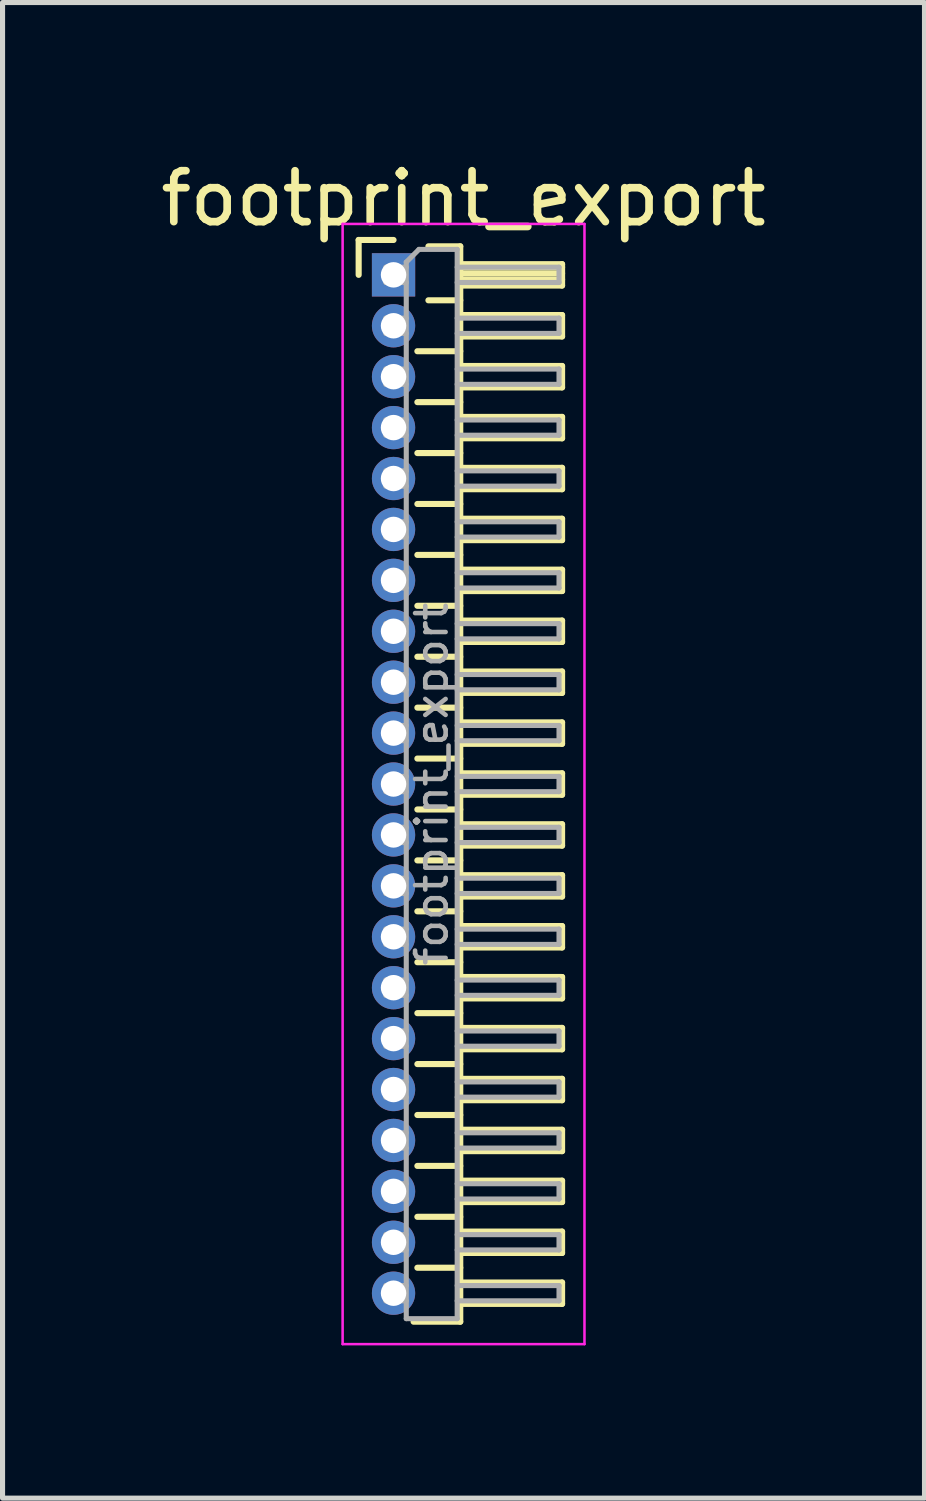
<source format=kicad_pcb>
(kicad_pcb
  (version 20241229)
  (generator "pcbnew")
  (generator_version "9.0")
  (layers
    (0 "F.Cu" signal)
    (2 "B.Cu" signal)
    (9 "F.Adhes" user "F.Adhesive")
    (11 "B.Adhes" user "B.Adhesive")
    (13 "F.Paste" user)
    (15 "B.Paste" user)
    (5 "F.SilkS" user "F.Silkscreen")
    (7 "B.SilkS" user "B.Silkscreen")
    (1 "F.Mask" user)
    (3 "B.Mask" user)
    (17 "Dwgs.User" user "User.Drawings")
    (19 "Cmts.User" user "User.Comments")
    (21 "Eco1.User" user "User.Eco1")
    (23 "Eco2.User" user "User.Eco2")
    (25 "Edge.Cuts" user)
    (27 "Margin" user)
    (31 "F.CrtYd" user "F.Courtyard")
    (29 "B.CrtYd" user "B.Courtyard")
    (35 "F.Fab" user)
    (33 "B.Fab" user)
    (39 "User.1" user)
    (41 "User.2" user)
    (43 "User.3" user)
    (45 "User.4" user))
  (footprint "footprint_export"
    (layer "F.Cu")
    (at 4.679 2.348)
    (property "Reference" "footprint_export" (at 1.375 -1.5 0) (layer "F.SilkS") (effects (font (size 1 1) (thickness 0.15))))
    (attr through_hole)
    (fp_line (start -0.685 -0.685) (end 0 -0.685) (stroke (width 0.12) (type solid)) (layer "F.SilkS"))
    (fp_line (start -0.685 0) (end -0.685 -0.685) (stroke (width 0.12) (type solid)) (layer "F.SilkS"))
    (fp_line (start 0.468 1.5) (end 1.31 1.5) (stroke (width 0.12) (type solid)) (layer "F.SilkS"))
    (fp_line (start 0.468 2.5) (end 1.31 2.5) (stroke (width 0.12) (type solid)) (layer "F.SilkS"))
    (fp_line (start 0.468 3.5) (end 1.31 3.5) (stroke (width 0.12) (type solid)) (layer "F.SilkS"))
    (fp_line (start 0.468 4.5) (end 1.31 4.5) (stroke (width 0.12) (type solid)) (layer "F.SilkS"))
    (fp_line (start 0.468 5.5) (end 1.31 5.5) (stroke (width 0.12) (type solid)) (layer "F.SilkS"))
    (fp_line (start 0.468 6.5) (end 1.31 6.5) (stroke (width 0.12) (type solid)) (layer "F.SilkS"))
    (fp_line (start 0.468 7.5) (end 1.31 7.5) (stroke (width 0.12) (type solid)) (layer "F.SilkS"))
    (fp_line (start 0.468 8.5) (end 1.31 8.5) (stroke (width 0.12) (type solid)) (layer "F.SilkS"))
    (fp_line (start 0.468 9.5) (end 1.31 9.5) (stroke (width 0.12) (type solid)) (layer "F.SilkS"))
    (fp_line (start 0.468 10.5) (end 1.31 10.5) (stroke (width 0.12) (type solid)) (layer "F.SilkS"))
    (fp_line (start 0.468 11.5) (end 1.31 11.5) (stroke (width 0.12) (type solid)) (layer "F.SilkS"))
    (fp_line (start 0.468 12.5) (end 1.31 12.5) (stroke (width 0.12) (type solid)) (layer "F.SilkS"))
    (fp_line (start 0.468 13.5) (end 1.31 13.5) (stroke (width 0.12) (type solid)) (layer "F.SilkS"))
    (fp_line (start 0.468 14.5) (end 1.31 14.5) (stroke (width 0.12) (type solid)) (layer "F.SilkS"))
    (fp_line (start 0.468 15.5) (end 1.31 15.5) (stroke (width 0.12) (type solid)) (layer "F.SilkS"))
    (fp_line (start 0.468 16.5) (end 1.31 16.5) (stroke (width 0.12) (type solid)) (layer "F.SilkS"))
    (fp_line (start 0.468 17.5) (end 1.31 17.5) (stroke (width 0.12) (type solid)) (layer "F.SilkS"))
    (fp_line (start 0.468 18.5) (end 1.31 18.5) (stroke (width 0.12) (type solid)) (layer "F.SilkS"))
    (fp_line (start 0.468 19.5) (end 1.31 19.5) (stroke (width 0.12) (type solid)) (layer "F.SilkS"))
    (fp_line (start 0.685 -0.56) (end 1.31 -0.56) (stroke (width 0.12) (type solid)) (layer "F.SilkS"))
    (fp_line (start 0.685 0.5) (end 1.31 0.5) (stroke (width 0.12) (type solid)) (layer "F.SilkS"))
    (fp_line (start 1.31 -0.56) (end 1.31 20.56) (stroke (width 0.12) (type solid)) (layer "F.SilkS"))
    (fp_line (start 1.31 -0.21) (end 3.31 -0.21) (stroke (width 0.12) (type solid)) (layer "F.SilkS"))
    (fp_line (start 1.31 -0.15) (end 3.31 -0.15) (stroke (width 0.12) (type solid)) (layer "F.SilkS"))
    (fp_line (start 1.31 -0.03) (end 3.31 -0.03) (stroke (width 0.12) (type solid)) (layer "F.SilkS"))
    (fp_line (start 1.31 0.09) (end 3.31 0.09) (stroke (width 0.12) (type solid)) (layer "F.SilkS"))
    (fp_line (start 1.31 0.79) (end 3.31 0.79) (stroke (width 0.12) (type solid)) (layer "F.SilkS"))
    (fp_line (start 1.31 1.79) (end 3.31 1.79) (stroke (width 0.12) (type solid)) (layer "F.SilkS"))
    (fp_line (start 1.31 2.79) (end 3.31 2.79) (stroke (width 0.12) (type solid)) (layer "F.SilkS"))
    (fp_line (start 1.31 3.79) (end 3.31 3.79) (stroke (width 0.12) (type solid)) (layer "F.SilkS"))
    (fp_line (start 1.31 4.79) (end 3.31 4.79) (stroke (width 0.12) (type solid)) (layer "F.SilkS"))
    (fp_line (start 1.31 5.79) (end 3.31 5.79) (stroke (width 0.12) (type solid)) (layer "F.SilkS"))
    (fp_line (start 1.31 6.79) (end 3.31 6.79) (stroke (width 0.12) (type solid)) (layer "F.SilkS"))
    (fp_line (start 1.31 7.79) (end 3.31 7.79) (stroke (width 0.12) (type solid)) (layer "F.SilkS"))
    (fp_line (start 1.31 8.79) (end 3.31 8.79) (stroke (width 0.12) (type solid)) (layer "F.SilkS"))
    (fp_line (start 1.31 9.79) (end 3.31 9.79) (stroke (width 0.12) (type solid)) (layer "F.SilkS"))
    (fp_line (start 1.31 10.79) (end 3.31 10.79) (stroke (width 0.12) (type solid)) (layer "F.SilkS"))
    (fp_line (start 1.31 11.79) (end 3.31 11.79) (stroke (width 0.12) (type solid)) (layer "F.SilkS"))
    (fp_line (start 1.31 12.79) (end 3.31 12.79) (stroke (width 0.12) (type solid)) (layer "F.SilkS"))
    (fp_line (start 1.31 13.79) (end 3.31 13.79) (stroke (width 0.12) (type solid)) (layer "F.SilkS"))
    (fp_line (start 1.31 14.79) (end 3.31 14.79) (stroke (width 0.12) (type solid)) (layer "F.SilkS"))
    (fp_line (start 1.31 15.79) (end 3.31 15.79) (stroke (width 0.12) (type solid)) (layer "F.SilkS"))
    (fp_line (start 1.31 16.79) (end 3.31 16.79) (stroke (width 0.12) (type solid)) (layer "F.SilkS"))
    (fp_line (start 1.31 17.79) (end 3.31 17.79) (stroke (width 0.12) (type solid)) (layer "F.SilkS"))
    (fp_line (start 1.31 18.79) (end 3.31 18.79) (stroke (width 0.12) (type solid)) (layer "F.SilkS"))
    (fp_line (start 1.31 19.79) (end 3.31 19.79) (stroke (width 0.12) (type solid)) (layer "F.SilkS"))
    (fp_line (start 1.31 20.56) (end 0.394 20.56) (stroke (width 0.12) (type solid)) (layer "F.SilkS"))
    (fp_line (start 3.31 -0.21) (end 3.31 0.21) (stroke (width 0.12) (type solid)) (layer "F.SilkS"))
    (fp_line (start 3.31 0.21) (end 1.31 0.21) (stroke (width 0.12) (type solid)) (layer "F.SilkS"))
    (fp_line (start 3.31 0.79) (end 3.31 1.21) (stroke (width 0.12) (type solid)) (layer "F.SilkS"))
    (fp_line (start 3.31 1.21) (end 1.31 1.21) (stroke (width 0.12) (type solid)) (layer "F.SilkS"))
    (fp_line (start 3.31 1.79) (end 3.31 2.21) (stroke (width 0.12) (type solid)) (layer "F.SilkS"))
    (fp_line (start 3.31 2.21) (end 1.31 2.21) (stroke (width 0.12) (type solid)) (layer "F.SilkS"))
    (fp_line (start 3.31 2.79) (end 3.31 3.21) (stroke (width 0.12) (type solid)) (layer "F.SilkS"))
    (fp_line (start 3.31 3.21) (end 1.31 3.21) (stroke (width 0.12) (type solid)) (layer "F.SilkS"))
    (fp_line (start 3.31 3.79) (end 3.31 4.21) (stroke (width 0.12) (type solid)) (layer "F.SilkS"))
    (fp_line (start 3.31 4.21) (end 1.31 4.21) (stroke (width 0.12) (type solid)) (layer "F.SilkS"))
    (fp_line (start 3.31 4.79) (end 3.31 5.21) (stroke (width 0.12) (type solid)) (layer "F.SilkS"))
    (fp_line (start 3.31 5.21) (end 1.31 5.21) (stroke (width 0.12) (type solid)) (layer "F.SilkS"))
    (fp_line (start 3.31 5.79) (end 3.31 6.21) (stroke (width 0.12) (type solid)) (layer "F.SilkS"))
    (fp_line (start 3.31 6.21) (end 1.31 6.21) (stroke (width 0.12) (type solid)) (layer "F.SilkS"))
    (fp_line (start 3.31 6.79) (end 3.31 7.21) (stroke (width 0.12) (type solid)) (layer "F.SilkS"))
    (fp_line (start 3.31 7.21) (end 1.31 7.21) (stroke (width 0.12) (type solid)) (layer "F.SilkS"))
    (fp_line (start 3.31 7.79) (end 3.31 8.21) (stroke (width 0.12) (type solid)) (layer "F.SilkS"))
    (fp_line (start 3.31 8.21) (end 1.31 8.21) (stroke (width 0.12) (type solid)) (layer "F.SilkS"))
    (fp_line (start 3.31 8.79) (end 3.31 9.21) (stroke (width 0.12) (type solid)) (layer "F.SilkS"))
    (fp_line (start 3.31 9.21) (end 1.31 9.21) (stroke (width 0.12) (type solid)) (layer "F.SilkS"))
    (fp_line (start 3.31 9.79) (end 3.31 10.21) (stroke (width 0.12) (type solid)) (layer "F.SilkS"))
    (fp_line (start 3.31 10.21) (end 1.31 10.21) (stroke (width 0.12) (type solid)) (layer "F.SilkS"))
    (fp_line (start 3.31 10.79) (end 3.31 11.21) (stroke (width 0.12) (type solid)) (layer "F.SilkS"))
    (fp_line (start 3.31 11.21) (end 1.31 11.21) (stroke (width 0.12) (type solid)) (layer "F.SilkS"))
    (fp_line (start 3.31 11.79) (end 3.31 12.21) (stroke (width 0.12) (type solid)) (layer "F.SilkS"))
    (fp_line (start 3.31 12.21) (end 1.31 12.21) (stroke (width 0.12) (type solid)) (layer "F.SilkS"))
    (fp_line (start 3.31 12.79) (end 3.31 13.21) (stroke (width 0.12) (type solid)) (layer "F.SilkS"))
    (fp_line (start 3.31 13.21) (end 1.31 13.21) (stroke (width 0.12) (type solid)) (layer "F.SilkS"))
    (fp_line (start 3.31 13.79) (end 3.31 14.21) (stroke (width 0.12) (type solid)) (layer "F.SilkS"))
    (fp_line (start 3.31 14.21) (end 1.31 14.21) (stroke (width 0.12) (type solid)) (layer "F.SilkS"))
    (fp_line (start 3.31 14.79) (end 3.31 15.21) (stroke (width 0.12) (type solid)) (layer "F.SilkS"))
    (fp_line (start 3.31 15.21) (end 1.31 15.21) (stroke (width 0.12) (type solid)) (layer "F.SilkS"))
    (fp_line (start 3.31 15.79) (end 3.31 16.21) (stroke (width 0.12) (type solid)) (layer "F.SilkS"))
    (fp_line (start 3.31 16.21) (end 1.31 16.21) (stroke (width 0.12) (type solid)) (layer "F.SilkS"))
    (fp_line (start 3.31 16.79) (end 3.31 17.21) (stroke (width 0.12) (type solid)) (layer "F.SilkS"))
    (fp_line (start 3.31 17.21) (end 1.31 17.21) (stroke (width 0.12) (type solid)) (layer "F.SilkS"))
    (fp_line (start 3.31 17.79) (end 3.31 18.21) (stroke (width 0.12) (type solid)) (layer "F.SilkS"))
    (fp_line (start 3.31 18.21) (end 1.31 18.21) (stroke (width 0.12) (type solid)) (layer "F.SilkS"))
    (fp_line (start 3.31 18.79) (end 3.31 19.21) (stroke (width 0.12) (type solid)) (layer "F.SilkS"))
    (fp_line (start 3.31 19.21) (end 1.31 19.21) (stroke (width 0.12) (type solid)) (layer "F.SilkS"))
    (fp_line (start 3.31 19.79) (end 3.31 20.21) (stroke (width 0.12) (type solid)) (layer "F.SilkS"))
    (fp_line (start 3.31 20.21) (end 1.31 20.21) (stroke (width 0.12) (type solid)) (layer "F.SilkS"))
    (fp_line (start -1 -1) (end -1 21) (stroke (width 0.05) (type solid)) (layer "F.CrtYd"))
    (fp_line (start -1 21) (end 3.75 21) (stroke (width 0.05) (type solid)) (layer "F.CrtYd"))
    (fp_line (start 3.75 -1) (end -1 -1) (stroke (width 0.05) (type solid)) (layer "F.CrtYd"))
    (fp_line (start 3.75 21) (end 3.75 -1) (stroke (width 0.05) (type solid)) (layer "F.CrtYd"))
    (fp_line (start -0.15 -0.15) (end -0.15 0.15) (stroke (width 0.1) (type solid)) (layer "F.Fab"))
    (fp_line (start -0.15 -0.15) (end 0.25 -0.15) (stroke (width 0.1) (type solid)) (layer "F.Fab"))
    (fp_line (start -0.15 0.15) (end 0.25 0.15) (stroke (width 0.1) (type solid)) (layer "F.Fab"))
    (fp_line (start -0.15 0.85) (end -0.15 1.15) (stroke (width 0.1) (type solid)) (layer "F.Fab"))
    (fp_line (start -0.15 0.85) (end 0.25 0.85) (stroke (width 0.1) (type solid)) (layer "F.Fab"))
    (fp_line (start -0.15 1.15) (end 0.25 1.15) (stroke (width 0.1) (type solid)) (layer "F.Fab"))
    (fp_line (start -0.15 1.85) (end -0.15 2.15) (stroke (width 0.1) (type solid)) (layer "F.Fab"))
    (fp_line (start -0.15 1.85) (end 0.25 1.85) (stroke (width 0.1) (type solid)) (layer "F.Fab"))
    (fp_line (start -0.15 2.15) (end 0.25 2.15) (stroke (width 0.1) (type solid)) (layer "F.Fab"))
    (fp_line (start -0.15 2.85) (end -0.15 3.15) (stroke (width 0.1) (type solid)) (layer "F.Fab"))
    (fp_line (start -0.15 2.85) (end 0.25 2.85) (stroke (width 0.1) (type solid)) (layer "F.Fab"))
    (fp_line (start -0.15 3.15) (end 0.25 3.15) (stroke (width 0.1) (type solid)) (layer "F.Fab"))
    (fp_line (start -0.15 3.85) (end -0.15 4.15) (stroke (width 0.1) (type solid)) (layer "F.Fab"))
    (fp_line (start -0.15 3.85) (end 0.25 3.85) (stroke (width 0.1) (type solid)) (layer "F.Fab"))
    (fp_line (start -0.15 4.15) (end 0.25 4.15) (stroke (width 0.1) (type solid)) (layer "F.Fab"))
    (fp_line (start -0.15 4.85) (end -0.15 5.15) (stroke (width 0.1) (type solid)) (layer "F.Fab"))
    (fp_line (start -0.15 4.85) (end 0.25 4.85) (stroke (width 0.1) (type solid)) (layer "F.Fab"))
    (fp_line (start -0.15 5.15) (end 0.25 5.15) (stroke (width 0.1) (type solid)) (layer "F.Fab"))
    (fp_line (start -0.15 5.85) (end -0.15 6.15) (stroke (width 0.1) (type solid)) (layer "F.Fab"))
    (fp_line (start -0.15 5.85) (end 0.25 5.85) (stroke (width 0.1) (type solid)) (layer "F.Fab"))
    (fp_line (start -0.15 6.15) (end 0.25 6.15) (stroke (width 0.1) (type solid)) (layer "F.Fab"))
    (fp_line (start -0.15 6.85) (end -0.15 7.15) (stroke (width 0.1) (type solid)) (layer "F.Fab"))
    (fp_line (start -0.15 6.85) (end 0.25 6.85) (stroke (width 0.1) (type solid)) (layer "F.Fab"))
    (fp_line (start -0.15 7.15) (end 0.25 7.15) (stroke (width 0.1) (type solid)) (layer "F.Fab"))
    (fp_line (start -0.15 7.85) (end -0.15 8.15) (stroke (width 0.1) (type solid)) (layer "F.Fab"))
    (fp_line (start -0.15 7.85) (end 0.25 7.85) (stroke (width 0.1) (type solid)) (layer "F.Fab"))
    (fp_line (start -0.15 8.15) (end 0.25 8.15) (stroke (width 0.1) (type solid)) (layer "F.Fab"))
    (fp_line (start -0.15 8.85) (end -0.15 9.15) (stroke (width 0.1) (type solid)) (layer "F.Fab"))
    (fp_line (start -0.15 8.85) (end 0.25 8.85) (stroke (width 0.1) (type solid)) (layer "F.Fab"))
    (fp_line (start -0.15 9.15) (end 0.25 9.15) (stroke (width 0.1) (type solid)) (layer "F.Fab"))
    (fp_line (start -0.15 9.85) (end -0.15 10.15) (stroke (width 0.1) (type solid)) (layer "F.Fab"))
    (fp_line (start -0.15 9.85) (end 0.25 9.85) (stroke (width 0.1) (type solid)) (layer "F.Fab"))
    (fp_line (start -0.15 10.15) (end 0.25 10.15) (stroke (width 0.1) (type solid)) (layer "F.Fab"))
    (fp_line (start -0.15 10.85) (end -0.15 11.15) (stroke (width 0.1) (type solid)) (layer "F.Fab"))
    (fp_line (start -0.15 10.85) (end 0.25 10.85) (stroke (width 0.1) (type solid)) (layer "F.Fab"))
    (fp_line (start -0.15 11.15) (end 0.25 11.15) (stroke (width 0.1) (type solid)) (layer "F.Fab"))
    (fp_line (start -0.15 11.85) (end -0.15 12.15) (stroke (width 0.1) (type solid)) (layer "F.Fab"))
    (fp_line (start -0.15 11.85) (end 0.25 11.85) (stroke (width 0.1) (type solid)) (layer "F.Fab"))
    (fp_line (start -0.15 12.15) (end 0.25 12.15) (stroke (width 0.1) (type solid)) (layer "F.Fab"))
    (fp_line (start -0.15 12.85) (end -0.15 13.15) (stroke (width 0.1) (type solid)) (layer "F.Fab"))
    (fp_line (start -0.15 12.85) (end 0.25 12.85) (stroke (width 0.1) (type solid)) (layer "F.Fab"))
    (fp_line (start -0.15 13.15) (end 0.25 13.15) (stroke (width 0.1) (type solid)) (layer "F.Fab"))
    (fp_line (start -0.15 13.85) (end -0.15 14.15) (stroke (width 0.1) (type solid)) (layer "F.Fab"))
    (fp_line (start -0.15 13.85) (end 0.25 13.85) (stroke (width 0.1) (type solid)) (layer "F.Fab"))
    (fp_line (start -0.15 14.15) (end 0.25 14.15) (stroke (width 0.1) (type solid)) (layer "F.Fab"))
    (fp_line (start -0.15 14.85) (end -0.15 15.15) (stroke (width 0.1) (type solid)) (layer "F.Fab"))
    (fp_line (start -0.15 14.85) (end 0.25 14.85) (stroke (width 0.1) (type solid)) (layer "F.Fab"))
    (fp_line (start -0.15 15.15) (end 0.25 15.15) (stroke (width 0.1) (type solid)) (layer "F.Fab"))
    (fp_line (start -0.15 15.85) (end -0.15 16.15) (stroke (width 0.1) (type solid)) (layer "F.Fab"))
    (fp_line (start -0.15 15.85) (end 0.25 15.85) (stroke (width 0.1) (type solid)) (layer "F.Fab"))
    (fp_line (start -0.15 16.15) (end 0.25 16.15) (stroke (width 0.1) (type solid)) (layer "F.Fab"))
    (fp_line (start -0.15 16.85) (end -0.15 17.15) (stroke (width 0.1) (type solid)) (layer "F.Fab"))
    (fp_line (start -0.15 16.85) (end 0.25 16.85) (stroke (width 0.1) (type solid)) (layer "F.Fab"))
    (fp_line (start -0.15 17.15) (end 0.25 17.15) (stroke (width 0.1) (type solid)) (layer "F.Fab"))
    (fp_line (start -0.15 17.85) (end -0.15 18.15) (stroke (width 0.1) (type solid)) (layer "F.Fab"))
    (fp_line (start -0.15 17.85) (end 0.25 17.85) (stroke (width 0.1) (type solid)) (layer "F.Fab"))
    (fp_line (start -0.15 18.15) (end 0.25 18.15) (stroke (width 0.1) (type solid)) (layer "F.Fab"))
    (fp_line (start -0.15 18.85) (end -0.15 19.15) (stroke (width 0.1) (type solid)) (layer "F.Fab"))
    (fp_line (start -0.15 18.85) (end 0.25 18.85) (stroke (width 0.1) (type solid)) (layer "F.Fab"))
    (fp_line (start -0.15 19.15) (end 0.25 19.15) (stroke (width 0.1) (type solid)) (layer "F.Fab"))
    (fp_line (start -0.15 19.85) (end -0.15 20.15) (stroke (width 0.1) (type solid)) (layer "F.Fab"))
    (fp_line (start -0.15 19.85) (end 0.25 19.85) (stroke (width 0.1) (type solid)) (layer "F.Fab"))
    (fp_line (start -0.15 20.15) (end 0.25 20.15) (stroke (width 0.1) (type solid)) (layer "F.Fab"))
    (fp_line (start 0.25 -0.25) (end 0.5 -0.5) (stroke (width 0.1) (type solid)) (layer "F.Fab"))
    (fp_line (start 0.25 20.5) (end 0.25 -0.25) (stroke (width 0.1) (type solid)) (layer "F.Fab"))
    (fp_line (start 0.5 -0.5) (end 1.25 -0.5) (stroke (width 0.1) (type solid)) (layer "F.Fab"))
    (fp_line (start 1.25 -0.5) (end 1.25 20.5) (stroke (width 0.1) (type solid)) (layer "F.Fab"))
    (fp_line (start 1.25 -0.15) (end 3.25 -0.15) (stroke (width 0.1) (type solid)) (layer "F.Fab"))
    (fp_line (start 1.25 0.15) (end 3.25 0.15) (stroke (width 0.1) (type solid)) (layer "F.Fab"))
    (fp_line (start 1.25 0.85) (end 3.25 0.85) (stroke (width 0.1) (type solid)) (layer "F.Fab"))
    (fp_line (start 1.25 1.15) (end 3.25 1.15) (stroke (width 0.1) (type solid)) (layer "F.Fab"))
    (fp_line (start 1.25 1.85) (end 3.25 1.85) (stroke (width 0.1) (type solid)) (layer "F.Fab"))
    (fp_line (start 1.25 2.15) (end 3.25 2.15) (stroke (width 0.1) (type solid)) (layer "F.Fab"))
    (fp_line (start 1.25 2.85) (end 3.25 2.85) (stroke (width 0.1) (type solid)) (layer "F.Fab"))
    (fp_line (start 1.25 3.15) (end 3.25 3.15) (stroke (width 0.1) (type solid)) (layer "F.Fab"))
    (fp_line (start 1.25 3.85) (end 3.25 3.85) (stroke (width 0.1) (type solid)) (layer "F.Fab"))
    (fp_line (start 1.25 4.15) (end 3.25 4.15) (stroke (width 0.1) (type solid)) (layer "F.Fab"))
    (fp_line (start 1.25 4.85) (end 3.25 4.85) (stroke (width 0.1) (type solid)) (layer "F.Fab"))
    (fp_line (start 1.25 5.15) (end 3.25 5.15) (stroke (width 0.1) (type solid)) (layer "F.Fab"))
    (fp_line (start 1.25 5.85) (end 3.25 5.85) (stroke (width 0.1) (type solid)) (layer "F.Fab"))
    (fp_line (start 1.25 6.15) (end 3.25 6.15) (stroke (width 0.1) (type solid)) (layer "F.Fab"))
    (fp_line (start 1.25 6.85) (end 3.25 6.85) (stroke (width 0.1) (type solid)) (layer "F.Fab"))
    (fp_line (start 1.25 7.15) (end 3.25 7.15) (stroke (width 0.1) (type solid)) (layer "F.Fab"))
    (fp_line (start 1.25 7.85) (end 3.25 7.85) (stroke (width 0.1) (type solid)) (layer "F.Fab"))
    (fp_line (start 1.25 8.15) (end 3.25 8.15) (stroke (width 0.1) (type solid)) (layer "F.Fab"))
    (fp_line (start 1.25 8.85) (end 3.25 8.85) (stroke (width 0.1) (type solid)) (layer "F.Fab"))
    (fp_line (start 1.25 9.15) (end 3.25 9.15) (stroke (width 0.1) (type solid)) (layer "F.Fab"))
    (fp_line (start 1.25 9.85) (end 3.25 9.85) (stroke (width 0.1) (type solid)) (layer "F.Fab"))
    (fp_line (start 1.25 10.15) (end 3.25 10.15) (stroke (width 0.1) (type solid)) (layer "F.Fab"))
    (fp_line (start 1.25 10.85) (end 3.25 10.85) (stroke (width 0.1) (type solid)) (layer "F.Fab"))
    (fp_line (start 1.25 11.15) (end 3.25 11.15) (stroke (width 0.1) (type solid)) (layer "F.Fab"))
    (fp_line (start 1.25 11.85) (end 3.25 11.85) (stroke (width 0.1) (type solid)) (layer "F.Fab"))
    (fp_line (start 1.25 12.15) (end 3.25 12.15) (stroke (width 0.1) (type solid)) (layer "F.Fab"))
    (fp_line (start 1.25 12.85) (end 3.25 12.85) (stroke (width 0.1) (type solid)) (layer "F.Fab"))
    (fp_line (start 1.25 13.15) (end 3.25 13.15) (stroke (width 0.1) (type solid)) (layer "F.Fab"))
    (fp_line (start 1.25 13.85) (end 3.25 13.85) (stroke (width 0.1) (type solid)) (layer "F.Fab"))
    (fp_line (start 1.25 14.15) (end 3.25 14.15) (stroke (width 0.1) (type solid)) (layer "F.Fab"))
    (fp_line (start 1.25 14.85) (end 3.25 14.85) (stroke (width 0.1) (type solid)) (layer "F.Fab"))
    (fp_line (start 1.25 15.15) (end 3.25 15.15) (stroke (width 0.1) (type solid)) (layer "F.Fab"))
    (fp_line (start 1.25 15.85) (end 3.25 15.85) (stroke (width 0.1) (type solid)) (layer "F.Fab"))
    (fp_line (start 1.25 16.15) (end 3.25 16.15) (stroke (width 0.1) (type solid)) (layer "F.Fab"))
    (fp_line (start 1.25 16.85) (end 3.25 16.85) (stroke (width 0.1) (type solid)) (layer "F.Fab"))
    (fp_line (start 1.25 17.15) (end 3.25 17.15) (stroke (width 0.1) (type solid)) (layer "F.Fab"))
    (fp_line (start 1.25 17.85) (end 3.25 17.85) (stroke (width 0.1) (type solid)) (layer "F.Fab"))
    (fp_line (start 1.25 18.15) (end 3.25 18.15) (stroke (width 0.1) (type solid)) (layer "F.Fab"))
    (fp_line (start 1.25 18.85) (end 3.25 18.85) (stroke (width 0.1) (type solid)) (layer "F.Fab"))
    (fp_line (start 1.25 19.15) (end 3.25 19.15) (stroke (width 0.1) (type solid)) (layer "F.Fab"))
    (fp_line (start 1.25 19.85) (end 3.25 19.85) (stroke (width 0.1) (type solid)) (layer "F.Fab"))
    (fp_line (start 1.25 20.15) (end 3.25 20.15) (stroke (width 0.1) (type solid)) (layer "F.Fab"))
    (fp_line (start 1.25 20.5) (end 0.25 20.5) (stroke (width 0.1) (type solid)) (layer "F.Fab"))
    (fp_line (start 3.25 -0.15) (end 3.25 0.15) (stroke (width 0.1) (type solid)) (layer "F.Fab"))
    (fp_line (start 3.25 0.85) (end 3.25 1.15) (stroke (width 0.1) (type solid)) (layer "F.Fab"))
    (fp_line (start 3.25 1.85) (end 3.25 2.15) (stroke (width 0.1) (type solid)) (layer "F.Fab"))
    (fp_line (start 3.25 2.85) (end 3.25 3.15) (stroke (width 0.1) (type solid)) (layer "F.Fab"))
    (fp_line (start 3.25 3.85) (end 3.25 4.15) (stroke (width 0.1) (type solid)) (layer "F.Fab"))
    (fp_line (start 3.25 4.85) (end 3.25 5.15) (stroke (width 0.1) (type solid)) (layer "F.Fab"))
    (fp_line (start 3.25 5.85) (end 3.25 6.15) (stroke (width 0.1) (type solid)) (layer "F.Fab"))
    (fp_line (start 3.25 6.85) (end 3.25 7.15) (stroke (width 0.1) (type solid)) (layer "F.Fab"))
    (fp_line (start 3.25 7.85) (end 3.25 8.15) (stroke (width 0.1) (type solid)) (layer "F.Fab"))
    (fp_line (start 3.25 8.85) (end 3.25 9.15) (stroke (width 0.1) (type solid)) (layer "F.Fab"))
    (fp_line (start 3.25 9.85) (end 3.25 10.15) (stroke (width 0.1) (type solid)) (layer "F.Fab"))
    (fp_line (start 3.25 10.85) (end 3.25 11.15) (stroke (width 0.1) (type solid)) (layer "F.Fab"))
    (fp_line (start 3.25 11.85) (end 3.25 12.15) (stroke (width 0.1) (type solid)) (layer "F.Fab"))
    (fp_line (start 3.25 12.85) (end 3.25 13.15) (stroke (width 0.1) (type solid)) (layer "F.Fab"))
    (fp_line (start 3.25 13.85) (end 3.25 14.15) (stroke (width 0.1) (type solid)) (layer "F.Fab"))
    (fp_line (start 3.25 14.85) (end 3.25 15.15) (stroke (width 0.1) (type solid)) (layer "F.Fab"))
    (fp_line (start 3.25 15.85) (end 3.25 16.15) (stroke (width 0.1) (type solid)) (layer "F.Fab"))
    (fp_line (start 3.25 16.85) (end 3.25 17.15) (stroke (width 0.1) (type solid)) (layer "F.Fab"))
    (fp_line (start 3.25 17.85) (end 3.25 18.15) (stroke (width 0.1) (type solid)) (layer "F.Fab"))
    (fp_line (start 3.25 18.85) (end 3.25 19.15) (stroke (width 0.1) (type solid)) (layer "F.Fab"))
    (fp_line (start 3.25 19.85) (end 3.25 20.15) (stroke (width 0.1) (type solid)) (layer "F.Fab"))
    (fp_text user "${REFERENCE}" (at 0.75 10 90) (layer "F.Fab") (effects (font (size 0.6 0.6) (thickness 0.09))))
    (pad "1" thru_hole rect (at 0 0) (size 0.85 0.85) (drill 0.5) (layers "*.Cu" "*.Mask"))
    (pad "2" thru_hole oval (at 0 1) (size 0.85 0.85) (drill 0.5) (layers "*.Cu" "*.Mask"))
    (pad "3" thru_hole oval (at 0 2) (size 0.85 0.85) (drill 0.5) (layers "*.Cu" "*.Mask"))
    (pad "4" thru_hole oval (at 0 3) (size 0.85 0.85) (drill 0.5) (layers "*.Cu" "*.Mask"))
    (pad "5" thru_hole oval (at 0 4) (size 0.85 0.85) (drill 0.5) (layers "*.Cu" "*.Mask"))
    (pad "6" thru_hole oval (at 0 5) (size 0.85 0.85) (drill 0.5) (layers "*.Cu" "*.Mask"))
    (pad "7" thru_hole oval (at 0 6) (size 0.85 0.85) (drill 0.5) (layers "*.Cu" "*.Mask"))
    (pad "8" thru_hole oval (at 0 7) (size 0.85 0.85) (drill 0.5) (layers "*.Cu" "*.Mask"))
    (pad "9" thru_hole oval (at 0 8) (size 0.85 0.85) (drill 0.5) (layers "*.Cu" "*.Mask"))
    (pad "10" thru_hole oval (at 0 9) (size 0.85 0.85) (drill 0.5) (layers "*.Cu" "*.Mask"))
    (pad "11" thru_hole oval (at 0 10) (size 0.85 0.85) (drill 0.5) (layers "*.Cu" "*.Mask"))
    (pad "12" thru_hole oval (at 0 11) (size 0.85 0.85) (drill 0.5) (layers "*.Cu" "*.Mask"))
    (pad "13" thru_hole oval (at 0 12) (size 0.85 0.85) (drill 0.5) (layers "*.Cu" "*.Mask"))
    (pad "14" thru_hole oval (at 0 13) (size 0.85 0.85) (drill 0.5) (layers "*.Cu" "*.Mask"))
    (pad "15" thru_hole oval (at 0 14) (size 0.85 0.85) (drill 0.5) (layers "*.Cu" "*.Mask"))
    (pad "16" thru_hole oval (at 0 15) (size 0.85 0.85) (drill 0.5) (layers "*.Cu" "*.Mask"))
    (pad "17" thru_hole oval (at 0 16) (size 0.85 0.85) (drill 0.5) (layers "*.Cu" "*.Mask"))
    (pad "18" thru_hole oval (at 0 17) (size 0.85 0.85) (drill 0.5) (layers "*.Cu" "*.Mask"))
    (pad "19" thru_hole oval (at 0 18) (size 0.85 0.85) (drill 0.5) (layers "*.Cu" "*.Mask"))
    (pad "20" thru_hole oval (at 0 19) (size 0.85 0.85) (drill 0.5) (layers "*.Cu" "*.Mask"))
    (pad "21" thru_hole oval (at 0 20) (size 0.85 0.85) (drill 0.5) (layers "*.Cu" "*.Mask")))
  (gr_rect
    (start -3 -3)
    (end 15.107 26.373)
    (stroke (width 0.1) (type default))
    (fill no)
    (layer "Edge.Cuts")))
</source>
